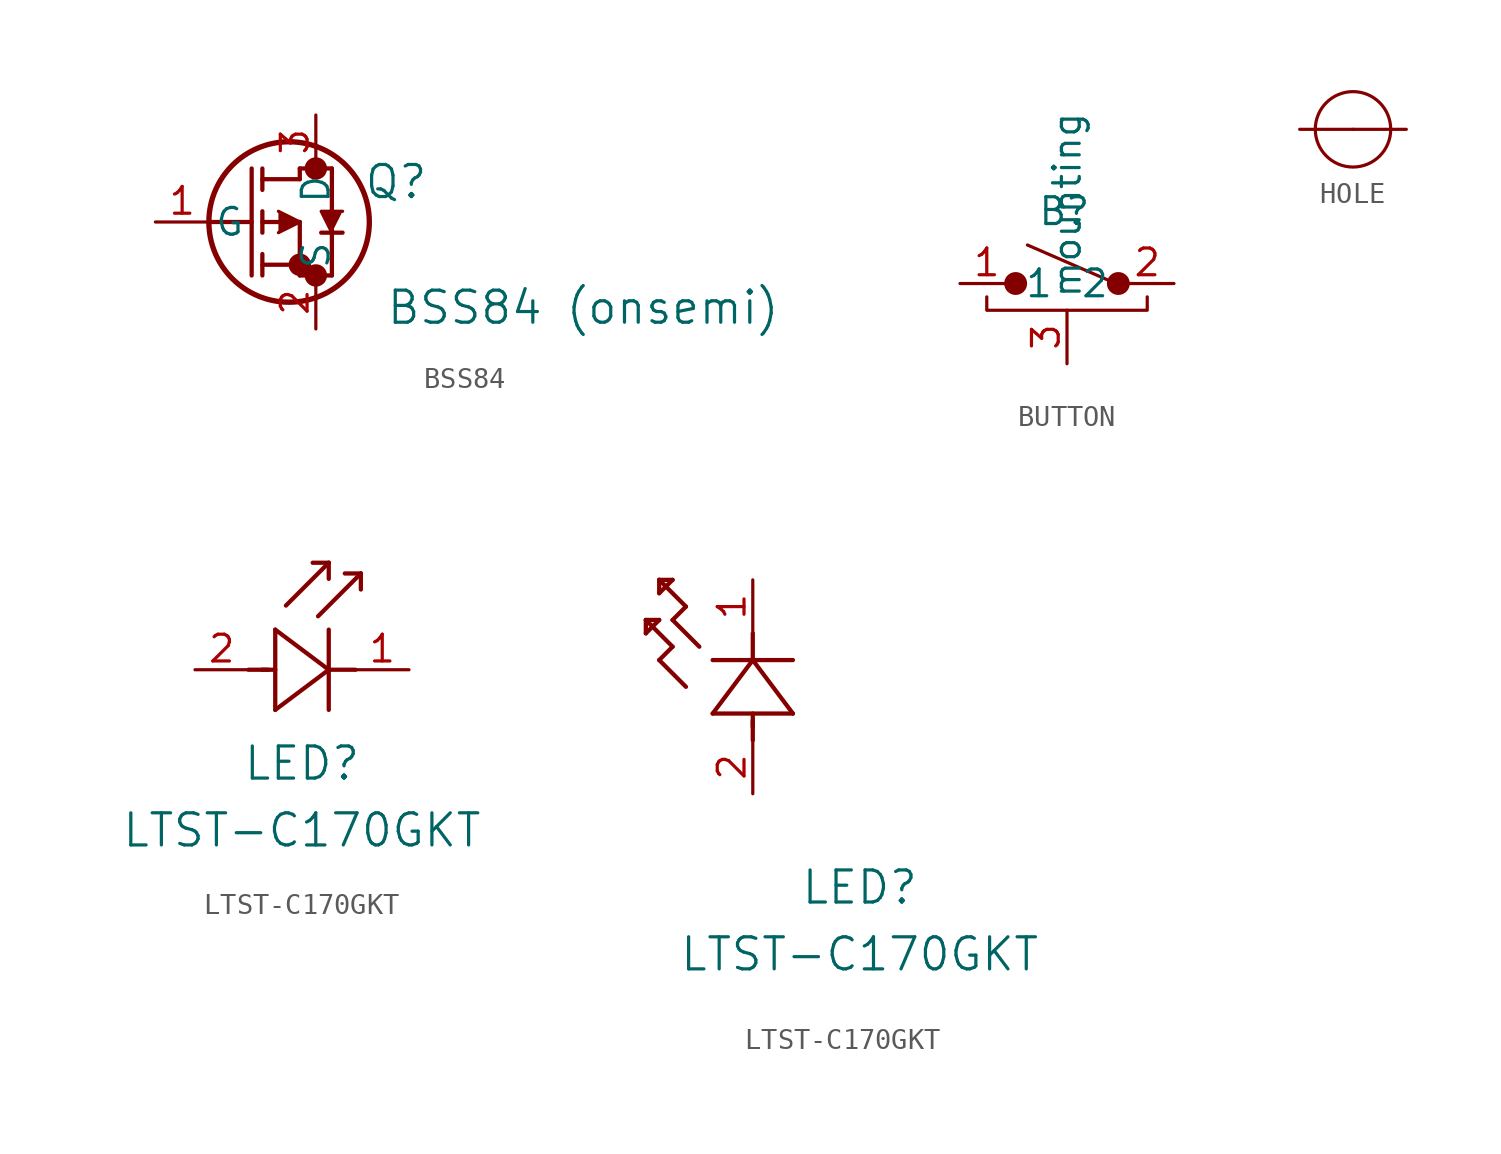
<source format=kicad_sym>
(kicad_symbol_lib
  (version 20241209)
  (generator "kicad_symbol_editor")
  (generator_version "9.0")
  (symbol "BSS84"
    (pin_names
      (offset 0.254))
    (property "Reference" "Q"
      (at 11.43 1.905 0)
      (effects (font (size 1.524 1.524))))
    (property "Value" "BSS84 (onsemi)"
      (at 20.32 -4.064 0)
      (effects (font (size 1.524 1.524))))
    (property "ki_locked" ""
      (at 0 0 0)
      (effects (font (size 1.27 1.27))))
    (symbol "BSS84_0_1"
      (polyline (pts (xy 2.54 0) (xy 4.572 0)) (stroke (width 0.203) (type default)) (fill (type none)))
      (polyline (pts (xy 4.572 -2.54) (xy 4.572 2.54)) (stroke (width 0.203) (type default)) (fill (type none)))
      (polyline (pts (xy 5.08 2.032) (xy 6.858 2.032)) (stroke (width 0.203) (type default)) (fill (type none)))
      (polyline (pts (xy 5.08 1.524) (xy 5.08 2.54)) (stroke (width 0.203) (type default)) (fill (type none)))
      (polyline (pts (xy 5.08 0) (xy 6.858 0)) (stroke (width 0.203) (type default)) (fill (type none)))
      (polyline (pts (xy 5.08 -0.508) (xy 5.08 0.508)) (stroke (width 0.203) (type default)) (fill (type none)))
      (polyline (pts (xy 5.08 -2.032) (xy 6.858 -2.032)) (stroke (width 0.203) (type default)) (fill (type none)))
      (polyline (pts (xy 5.08 -2.54) (xy 5.08 -1.524)) (stroke (width 0.203) (type default)) (fill (type none)))
      (polyline (pts (xy 5.842 0.508) (xy 6.858 0) (xy 5.842 -0.508)) (stroke (width 0) (type default)) (fill (type outline)))
      (circle (center 6.35 0) (radius 3.81) (stroke (width 0.254) (type default)) (fill (type none)))
      (polyline (pts (xy 6.858 2.54) (xy 8.382 2.54)) (stroke (width 0.203) (type default)) (fill (type none)))
      (polyline (pts (xy 6.858 2.032) (xy 6.858 2.54)) (stroke (width 0.203) (type default)) (fill (type none)))
      (circle (center 6.858 -2.032) (radius 0.025) (stroke (width 0.508) (type default)) (fill (type none)))
      (polyline (pts (xy 6.858 -2.54) (xy 6.858 0)) (stroke (width 0.203) (type default)) (fill (type none)))
      (polyline (pts (xy 6.858 -2.54) (xy 8.382 -2.54)) (stroke (width 0.203) (type default)) (fill (type none)))
      (circle (center 7.62 2.54) (radius 0.025) (stroke (width 0.508) (type default)) (fill (type none)))
      (circle (center 7.62 -2.54) (radius 0.025) (stroke (width 0.508) (type default)) (fill (type none)))
      (polyline (pts (xy 8.382 -2.54) (xy 8.382 2.54)) (stroke (width 0.203) (type default)) (fill (type none)))
      (polyline (pts (xy 8.89 0.508) (xy 7.874 0.508) (xy 8.382 -0.508)) (stroke (width 0) (type default)) (fill (type outline)))
      (polyline (pts (xy 8.89 -0.508) (xy 7.874 -0.508)) (stroke (width 0.203) (type default)) (fill (type none)))
      (pin unspecified line (at 0 0 0) (length 2.54) (name "G" (effects (font (size 1.27 1.27)))) (number "1" (effects (font (size 1.27 1.27)))))
      (pin unspecified line (at 7.62 5.08 270) (length 2.54) (name "D" (effects (font (size 1.27 1.27)))) (number "3" (effects (font (size 1.27 1.27)))))
      (pin unspecified line (at 7.62 -5.08 90) (length 2.54) (name "S" (effects (font (size 1.27 1.27)))) (number "2" (effects (font (size 1.27 1.27)))))))
  (symbol "BUTTON"
    (property "Reference" "B"
      (at -0.127 3.429 0)
      (effects (font (size 1.27 1.27))))
    (property "Value" ""
      (at 0 0 0)
      (effects (font (size 1.27 1.27))))
    (symbol "BUTTON_0_1"
      (polyline (pts (xy 2.438 -0.051) (xy -1.88 1.829)) (stroke (width 0) (type default)) (fill (type none))))
    (symbol "BUTTON_1_1"
      (polyline (pts (xy -3.81 -0.635) (xy -3.81 -1.27) (xy 3.81 -1.27) (xy 3.81 -0.635)) (stroke (width 0) (type default)) (fill (type none)))
      (circle (center -2.438 0) (radius 0.468) (stroke (width 0) (type default)) (fill (type outline)))
      (circle (center 2.438 0) (radius 0.468) (stroke (width 0) (type default)) (fill (type outline)))
      (pin input line (at -5.08 0 0) (length 2.54) (name "1" (effects (font (size 1.27 1.27)))) (number "1" (effects (font (size 1.27 1.27)))))
      (pin passive line (at 0 -3.81 90) (length 2.54) (name "mounting" (effects (font (size 1.27 1.27)))) (number "3" (effects (font (size 1.27 1.27)))))
      (pin input line (at 5.08 0 180) (length 2.54) (name "2" (effects (font (size 1.27 1.27)))) (number "2" (effects (font (size 1.27 1.27)))))))
  (symbol "HOLE"
    (pin_numbers
      (hide yes))
    (pin_names
      (offset 0)
      (hide yes))
    (property "Reference" "U"
      (at 0 2.54 0)
      (effects (font (size 1.27 1.27)) (hide yes)))
    (symbol "HOLE_0_1"
      (polyline (pts (xy 0 0) (xy -2.54 0)) (stroke (width 0) (type default)) (fill (type none)))
      (circle (center 0 0) (radius 1.796) (stroke (width 0) (type default)) (fill (type none))))
    (symbol "HOLE_1_1"
      (pin input line (at 0 0 0) (length 2.54) (name "1" (effects (font (size 1.27 1.27)))) (number "1" (effects (font (size 1.27 1.27)))))))
  (symbol "LTST-C170GKT"
    (pin_names
      (offset 0.254))
    (property "Reference" "LED"
      (at 5.08 -4.445 0)
      (effects (font (size 1.524 1.524))))
    (property "Value" "LTST-C170GKT"
      (at 5.08 -7.62 0)
      (effects (font (size 1.524 1.524))))
    (property "ki_locked" ""
      (at 0 0 0)
      (effects (font (size 1.27 1.27))))
    (symbol "LTST-C170GKT_1_1"
      (polyline (pts (xy 2.54 0) (xy 3.48 0)) (stroke (width 0.203) (type default)) (fill (type none)))
      (polyline (pts (xy 3.175 0) (xy 3.81 0)) (stroke (width 0.203) (type default)) (fill (type none)))
      (polyline (pts (xy 3.81 1.905) (xy 3.81 -1.905)) (stroke (width 0.203) (type default)) (fill (type none)))
      (polyline (pts (xy 3.81 -1.905) (xy 6.35 0)) (stroke (width 0.203) (type default)) (fill (type none)))
      (polyline (pts (xy 4.318 3.048) (xy 6.35 5.08)) (stroke (width 0.203) (type default)) (fill (type none)))
      (polyline (pts (xy 5.588 5.08) (xy 6.35 5.08)) (stroke (width 0.203) (type default)) (fill (type none)))
      (polyline (pts (xy 5.842 2.54) (xy 7.874 4.572)) (stroke (width 0.203) (type default)) (fill (type none)))
      (polyline (pts (xy 6.35 4.318) (xy 6.35 5.08)) (stroke (width 0.203) (type default)) (fill (type none)))
      (polyline (pts (xy 6.35 0) (xy 3.81 1.905)) (stroke (width 0.203) (type default)) (fill (type none)))
      (polyline (pts (xy 6.35 0) (xy 7.62 0)) (stroke (width 0.203) (type default)) (fill (type none)))
      (polyline (pts (xy 6.35 -1.905) (xy 6.35 1.905)) (stroke (width 0.203) (type default)) (fill (type none)))
      (polyline (pts (xy 7.112 4.572) (xy 7.874 4.572)) (stroke (width 0.203) (type default)) (fill (type none)))
      (polyline (pts (xy 7.874 3.81) (xy 7.874 4.572)) (stroke (width 0.203) (type default)) (fill (type none)))
      (pin unspecified line (at 0 0 0) (length 2.54) (name "" (effects (font (size 1.27 1.27)))) (number "2" (effects (font (size 1.27 1.27)))))
      (pin unspecified line (at 10.16 0 180) (length 2.54) (name "" (effects (font (size 1.27 1.27)))) (number "1" (effects (font (size 1.27 1.27))))))
    (symbol "LTST-C170GKT_1_2"
      (polyline (pts (xy -5.08 8.255) (xy -5.08 7.62)) (stroke (width 0.203) (type default)) (fill (type none)))
      (polyline (pts (xy -5.08 7.62) (xy -4.445 8.255)) (stroke (width 0.203) (type default)) (fill (type none)))
      (polyline (pts (xy -4.445 10.16) (xy -4.445 9.525)) (stroke (width 0.203) (type default)) (fill (type none)))
      (polyline (pts (xy -4.445 9.525) (xy -3.81 10.16)) (stroke (width 0.203) (type default)) (fill (type none)))
      (polyline (pts (xy -4.445 8.255) (xy -5.08 8.255)) (stroke (width 0.203) (type default)) (fill (type none)))
      (polyline (pts (xy -4.445 6.35) (xy -3.81 6.985)) (stroke (width 0.203) (type default)) (fill (type none)))
      (polyline (pts (xy -3.81 10.16) (xy -4.445 10.16)) (stroke (width 0.203) (type default)) (fill (type none)))
      (polyline (pts (xy -3.81 8.255) (xy -3.175 8.89)) (stroke (width 0.203) (type default)) (fill (type none)))
      (polyline (pts (xy -3.81 6.985) (xy -5.08 8.255)) (stroke (width 0.203) (type default)) (fill (type none)))
      (polyline (pts (xy -3.175 8.89) (xy -4.445 10.16)) (stroke (width 0.203) (type default)) (fill (type none)))
      (polyline (pts (xy -3.175 5.08) (xy -4.445 6.35)) (stroke (width 0.203) (type default)) (fill (type none)))
      (polyline (pts (xy -2.54 6.985) (xy -3.81 8.255)) (stroke (width 0.203) (type default)) (fill (type none)))
      (polyline (pts (xy -1.905 3.81) (xy 1.905 3.81)) (stroke (width 0.203) (type default)) (fill (type none)))
      (polyline (pts (xy 0 6.35) (xy -1.905 3.81)) (stroke (width 0.203) (type default)) (fill (type none)))
      (polyline (pts (xy 0 6.35) (xy 0 7.62)) (stroke (width 0.203) (type default)) (fill (type none)))
      (polyline (pts (xy 0 3.175) (xy 0 3.81)) (stroke (width 0.203) (type default)) (fill (type none)))
      (polyline (pts (xy 0 2.54) (xy 0 3.48)) (stroke (width 0.203) (type default)) (fill (type none)))
      (polyline (pts (xy 1.905 6.35) (xy -1.905 6.35)) (stroke (width 0.203) (type default)) (fill (type none)))
      (polyline (pts (xy 1.905 3.81) (xy 0 6.35)) (stroke (width 0.203) (type default)) (fill (type none)))
      (pin unspecified line (at 0 10.16 270) (length 2.54) (name "" (effects (font (size 1.27 1.27)))) (number "1" (effects (font (size 1.27 1.27)))))
      (pin unspecified line (at 0 0 90) (length 2.54) (name "" (effects (font (size 1.27 1.27)))) (number "2" (effects (font (size 1.27 1.27))))))))
</source>
